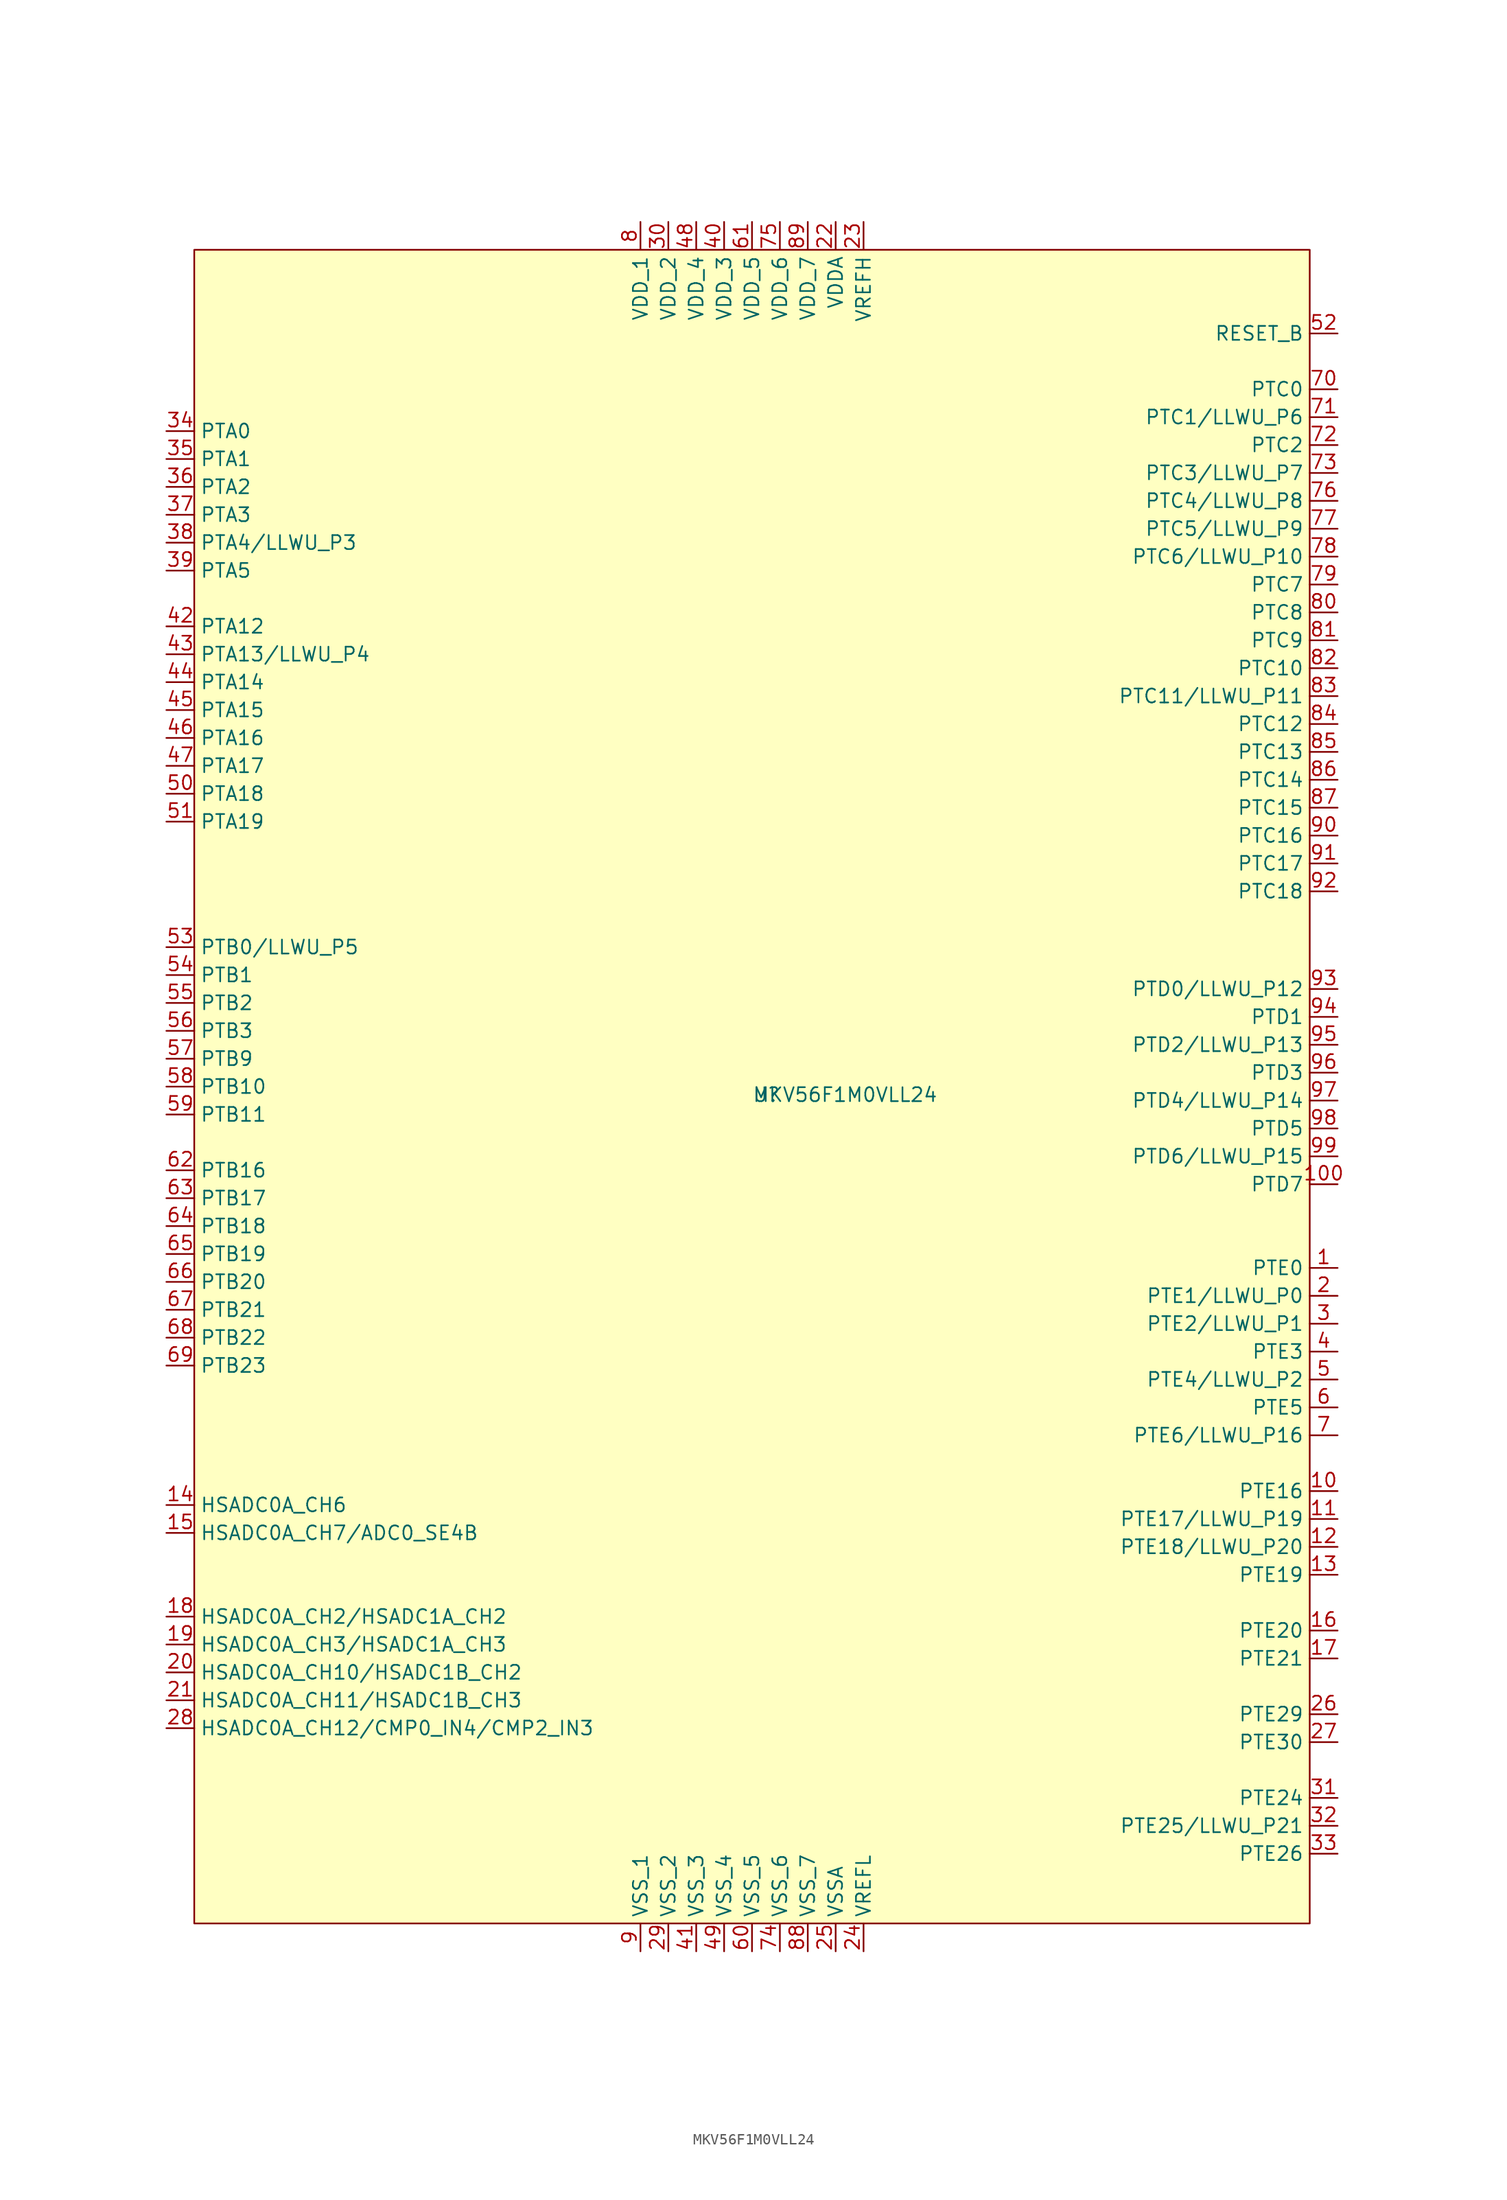
<source format=kicad_sym>
(kicad_symbol_lib
  (version 20241209)
  (generator "kicad_symbol_editor")
  (generator_version "9.0")
  (symbol "MKV56F1M0VLL24"
    (property "Reference" "U"
      (at 0 0 0)
      (effects (font (size 1.27 1.27)) (justify left top)))
    (property "Value" "MKV56F1M0VLL24"
      (at 0 0 0)
      (effects (font (size 1.27 1.27)) (justify left top)))
    (symbol "MKV56F1M0VLL24_1_1"
      (rectangle (start -50.8 76.2) (end 50.8 -76.2) (stroke (width 0) (type solid)) (fill (type background)))
      (pin passive line (at -53.34 59.69 0) (length 2.54) (name "PTA0" (effects (font (size 1.27 1.27)))) (number "34" (effects (font (size 1.27 1.27)))))
      (pin passive line (at -53.34 57.15 0) (length 2.54) (name "PTA1" (effects (font (size 1.27 1.27)))) (number "35" (effects (font (size 1.27 1.27)))))
      (pin passive line (at -53.34 54.61 0) (length 2.54) (name "PTA2" (effects (font (size 1.27 1.27)))) (number "36" (effects (font (size 1.27 1.27)))))
      (pin passive line (at -53.34 52.07 0) (length 2.54) (name "PTA3" (effects (font (size 1.27 1.27)))) (number "37" (effects (font (size 1.27 1.27)))))
      (pin passive line (at -53.34 49.53 0) (length 2.54) (name "PTA4/LLWU_P3" (effects (font (size 1.27 1.27)))) (number "38" (effects (font (size 1.27 1.27)))))
      (pin passive line (at -53.34 46.99 0) (length 2.54) (name "PTA5" (effects (font (size 1.27 1.27)))) (number "39" (effects (font (size 1.27 1.27)))))
      (pin passive line (at -53.34 41.91 0) (length 2.54) (name "PTA12" (effects (font (size 1.27 1.27)))) (number "42" (effects (font (size 1.27 1.27)))))
      (pin passive line (at -53.34 39.37 0) (length 2.54) (name "PTA13/LLWU_P4" (effects (font (size 1.27 1.27)))) (number "43" (effects (font (size 1.27 1.27)))))
      (pin passive line (at -53.34 36.83 0) (length 2.54) (name "PTA14" (effects (font (size 1.27 1.27)))) (number "44" (effects (font (size 1.27 1.27)))))
      (pin passive line (at -53.34 34.29 0) (length 2.54) (name "PTA15" (effects (font (size 1.27 1.27)))) (number "45" (effects (font (size 1.27 1.27)))))
      (pin passive line (at -53.34 31.75 0) (length 2.54) (name "PTA16" (effects (font (size 1.27 1.27)))) (number "46" (effects (font (size 1.27 1.27)))))
      (pin passive line (at -53.34 29.21 0) (length 2.54) (name "PTA17" (effects (font (size 1.27 1.27)))) (number "47" (effects (font (size 1.27 1.27)))))
      (pin passive line (at -53.34 26.67 0) (length 2.54) (name "PTA18" (effects (font (size 1.27 1.27)))) (number "50" (effects (font (size 1.27 1.27)))))
      (pin passive line (at -53.34 24.13 0) (length 2.54) (name "PTA19" (effects (font (size 1.27 1.27)))) (number "51" (effects (font (size 1.27 1.27)))))
      (pin passive line (at -53.34 12.7 0) (length 2.54) (name "PTB0/LLWU_P5" (effects (font (size 1.27 1.27)))) (number "53" (effects (font (size 1.27 1.27)))))
      (pin passive line (at -53.34 10.16 0) (length 2.54) (name "PTB1" (effects (font (size 1.27 1.27)))) (number "54" (effects (font (size 1.27 1.27)))))
      (pin passive line (at -53.34 7.62 0) (length 2.54) (name "PTB2" (effects (font (size 1.27 1.27)))) (number "55" (effects (font (size 1.27 1.27)))))
      (pin passive line (at -53.34 5.08 0) (length 2.54) (name "PTB3" (effects (font (size 1.27 1.27)))) (number "56" (effects (font (size 1.27 1.27)))))
      (pin passive line (at -53.34 2.54 0) (length 2.54) (name "PTB9" (effects (font (size 1.27 1.27)))) (number "57" (effects (font (size 1.27 1.27)))))
      (pin passive line (at -53.34 0 0) (length 2.54) (name "PTB10" (effects (font (size 1.27 1.27)))) (number "58" (effects (font (size 1.27 1.27)))))
      (pin passive line (at -53.34 -2.54 0) (length 2.54) (name "PTB11" (effects (font (size 1.27 1.27)))) (number "59" (effects (font (size 1.27 1.27)))))
      (pin passive line (at -53.34 -7.62 0) (length 2.54) (name "PTB16" (effects (font (size 1.27 1.27)))) (number "62" (effects (font (size 1.27 1.27)))))
      (pin passive line (at -53.34 -10.16 0) (length 2.54) (name "PTB17" (effects (font (size 1.27 1.27)))) (number "63" (effects (font (size 1.27 1.27)))))
      (pin passive line (at -53.34 -12.7 0) (length 2.54) (name "PTB18" (effects (font (size 1.27 1.27)))) (number "64" (effects (font (size 1.27 1.27)))))
      (pin passive line (at -53.34 -15.24 0) (length 2.54) (name "PTB19" (effects (font (size 1.27 1.27)))) (number "65" (effects (font (size 1.27 1.27)))))
      (pin passive line (at -53.34 -17.78 0) (length 2.54) (name "PTB20" (effects (font (size 1.27 1.27)))) (number "66" (effects (font (size 1.27 1.27)))))
      (pin passive line (at -53.34 -20.32 0) (length 2.54) (name "PTB21" (effects (font (size 1.27 1.27)))) (number "67" (effects (font (size 1.27 1.27)))))
      (pin passive line (at -53.34 -22.86 0) (length 2.54) (name "PTB22" (effects (font (size 1.27 1.27)))) (number "68" (effects (font (size 1.27 1.27)))))
      (pin passive line (at -53.34 -25.4 0) (length 2.54) (name "PTB23" (effects (font (size 1.27 1.27)))) (number "69" (effects (font (size 1.27 1.27)))))
      (pin passive line (at -53.34 -38.1 0) (length 2.54) (name "HSADC0A_CH6" (effects (font (size 1.27 1.27)))) (number "14" (effects (font (size 1.27 1.27)))))
      (pin passive line (at -53.34 -40.64 0) (length 2.54) (name "HSADC0A_CH7/ADC0_SE4B" (effects (font (size 1.27 1.27)))) (number "15" (effects (font (size 1.27 1.27)))))
      (pin passive line (at -53.34 -48.26 0) (length 2.54) (name "HSADC0A_CH2/HSADC1A_CH2" (effects (font (size 1.27 1.27)))) (number "18" (effects (font (size 1.27 1.27)))))
      (pin passive line (at -53.34 -50.8 0) (length 2.54) (name "HSADC0A_CH3/HSADC1A_CH3" (effects (font (size 1.27 1.27)))) (number "19" (effects (font (size 1.27 1.27)))))
      (pin passive line (at -53.34 -53.34 0) (length 2.54) (name "HSADC0A_CH10/HSADC1B_CH2" (effects (font (size 1.27 1.27)))) (number "20" (effects (font (size 1.27 1.27)))))
      (pin passive line (at -53.34 -55.88 0) (length 2.54) (name "HSADC0A_CH11/HSADC1B_CH3" (effects (font (size 1.27 1.27)))) (number "21" (effects (font (size 1.27 1.27)))))
      (pin passive line (at -53.34 -58.42 0) (length 2.54) (name "HSADC0A_CH12/CMP0_IN4/CMP2_IN3" (effects (font (size 1.27 1.27)))) (number "28" (effects (font (size 1.27 1.27)))))
      (pin passive line (at -10.16 78.74 270) (length 2.54) (name "VDD_1" (effects (font (size 1.27 1.27)))) (number "8" (effects (font (size 1.27 1.27)))))
      (pin passive line (at -10.16 -78.74 90) (length 2.54) (name "VSS_1" (effects (font (size 1.27 1.27)))) (number "9" (effects (font (size 1.27 1.27)))))
      (pin passive line (at -7.62 78.74 270) (length 2.54) (name "VDD_2" (effects (font (size 1.27 1.27)))) (number "30" (effects (font (size 1.27 1.27)))))
      (pin passive line (at -7.62 -78.74 90) (length 2.54) (name "VSS_2" (effects (font (size 1.27 1.27)))) (number "29" (effects (font (size 1.27 1.27)))))
      (pin passive line (at -5.08 78.74 270) (length 2.54) (name "VDD_4" (effects (font (size 1.27 1.27)))) (number "48" (effects (font (size 1.27 1.27)))))
      (pin passive line (at -5.08 -78.74 90) (length 2.54) (name "VSS_3" (effects (font (size 1.27 1.27)))) (number "41" (effects (font (size 1.27 1.27)))))
      (pin passive line (at -2.54 78.74 270) (length 2.54) (name "VDD_3" (effects (font (size 1.27 1.27)))) (number "40" (effects (font (size 1.27 1.27)))))
      (pin passive line (at -2.54 -78.74 90) (length 2.54) (name "VSS_4" (effects (font (size 1.27 1.27)))) (number "49" (effects (font (size 1.27 1.27)))))
      (pin passive line (at 0 78.74 270) (length 2.54) (name "VDD_5" (effects (font (size 1.27 1.27)))) (number "61" (effects (font (size 1.27 1.27)))))
      (pin passive line (at 0 -78.74 90) (length 2.54) (name "VSS_5" (effects (font (size 1.27 1.27)))) (number "60" (effects (font (size 1.27 1.27)))))
      (pin passive line (at 2.54 78.74 270) (length 2.54) (name "VDD_6" (effects (font (size 1.27 1.27)))) (number "75" (effects (font (size 1.27 1.27)))))
      (pin passive line (at 2.54 -78.74 90) (length 2.54) (name "VSS_6" (effects (font (size 1.27 1.27)))) (number "74" (effects (font (size 1.27 1.27)))))
      (pin passive line (at 5.08 78.74 270) (length 2.54) (name "VDD_7" (effects (font (size 1.27 1.27)))) (number "89" (effects (font (size 1.27 1.27)))))
      (pin passive line (at 5.08 -78.74 90) (length 2.54) (name "VSS_7" (effects (font (size 1.27 1.27)))) (number "88" (effects (font (size 1.27 1.27)))))
      (pin passive line (at 7.62 78.74 270) (length 2.54) (name "VDDA" (effects (font (size 1.27 1.27)))) (number "22" (effects (font (size 1.27 1.27)))))
      (pin passive line (at 7.62 -78.74 90) (length 2.54) (name "VSSA" (effects (font (size 1.27 1.27)))) (number "25" (effects (font (size 1.27 1.27)))))
      (pin passive line (at 10.16 78.74 270) (length 2.54) (name "VREFH" (effects (font (size 1.27 1.27)))) (number "23" (effects (font (size 1.27 1.27)))))
      (pin passive line (at 10.16 -78.74 90) (length 2.54) (name "VREFL" (effects (font (size 1.27 1.27)))) (number "24" (effects (font (size 1.27 1.27)))))
      (pin passive line (at 53.34 68.58 180) (length 2.54) (name "RESET_B" (effects (font (size 1.27 1.27)))) (number "52" (effects (font (size 1.27 1.27)))))
      (pin passive line (at 53.34 63.5 180) (length 2.54) (name "PTC0" (effects (font (size 1.27 1.27)))) (number "70" (effects (font (size 1.27 1.27)))))
      (pin passive line (at 53.34 60.96 180) (length 2.54) (name "PTC1/LLWU_P6" (effects (font (size 1.27 1.27)))) (number "71" (effects (font (size 1.27 1.27)))))
      (pin passive line (at 53.34 58.42 180) (length 2.54) (name "PTC2" (effects (font (size 1.27 1.27)))) (number "72" (effects (font (size 1.27 1.27)))))
      (pin passive line (at 53.34 55.88 180) (length 2.54) (name "PTC3/LLWU_P7" (effects (font (size 1.27 1.27)))) (number "73" (effects (font (size 1.27 1.27)))))
      (pin passive line (at 53.34 53.34 180) (length 2.54) (name "PTC4/LLWU_P8" (effects (font (size 1.27 1.27)))) (number "76" (effects (font (size 1.27 1.27)))))
      (pin passive line (at 53.34 50.8 180) (length 2.54) (name "PTC5/LLWU_P9" (effects (font (size 1.27 1.27)))) (number "77" (effects (font (size 1.27 1.27)))))
      (pin passive line (at 53.34 48.26 180) (length 2.54) (name "PTC6/LLWU_P10" (effects (font (size 1.27 1.27)))) (number "78" (effects (font (size 1.27 1.27)))))
      (pin passive line (at 53.34 45.72 180) (length 2.54) (name "PTC7" (effects (font (size 1.27 1.27)))) (number "79" (effects (font (size 1.27 1.27)))))
      (pin passive line (at 53.34 43.18 180) (length 2.54) (name "PTC8" (effects (font (size 1.27 1.27)))) (number "80" (effects (font (size 1.27 1.27)))))
      (pin passive line (at 53.34 40.64 180) (length 2.54) (name "PTC9" (effects (font (size 1.27 1.27)))) (number "81" (effects (font (size 1.27 1.27)))))
      (pin passive line (at 53.34 38.1 180) (length 2.54) (name "PTC10" (effects (font (size 1.27 1.27)))) (number "82" (effects (font (size 1.27 1.27)))))
      (pin passive line (at 53.34 35.56 180) (length 2.54) (name "PTC11/LLWU_P11" (effects (font (size 1.27 1.27)))) (number "83" (effects (font (size 1.27 1.27)))))
      (pin passive line (at 53.34 33.02 180) (length 2.54) (name "PTC12" (effects (font (size 1.27 1.27)))) (number "84" (effects (font (size 1.27 1.27)))))
      (pin passive line (at 53.34 30.48 180) (length 2.54) (name "PTC13" (effects (font (size 1.27 1.27)))) (number "85" (effects (font (size 1.27 1.27)))))
      (pin passive line (at 53.34 27.94 180) (length 2.54) (name "PTC14" (effects (font (size 1.27 1.27)))) (number "86" (effects (font (size 1.27 1.27)))))
      (pin passive line (at 53.34 25.4 180) (length 2.54) (name "PTC15" (effects (font (size 1.27 1.27)))) (number "87" (effects (font (size 1.27 1.27)))))
      (pin passive line (at 53.34 22.86 180) (length 2.54) (name "PTC16" (effects (font (size 1.27 1.27)))) (number "90" (effects (font (size 1.27 1.27)))))
      (pin passive line (at 53.34 20.32 180) (length 2.54) (name "PTC17" (effects (font (size 1.27 1.27)))) (number "91" (effects (font (size 1.27 1.27)))))
      (pin passive line (at 53.34 17.78 180) (length 2.54) (name "PTC18" (effects (font (size 1.27 1.27)))) (number "92" (effects (font (size 1.27 1.27)))))
      (pin passive line (at 53.34 8.89 180) (length 2.54) (name "PTD0/LLWU_P12" (effects (font (size 1.27 1.27)))) (number "93" (effects (font (size 1.27 1.27)))))
      (pin passive line (at 53.34 6.35 180) (length 2.54) (name "PTD1" (effects (font (size 1.27 1.27)))) (number "94" (effects (font (size 1.27 1.27)))))
      (pin passive line (at 53.34 3.81 180) (length 2.54) (name "PTD2/LLWU_P13" (effects (font (size 1.27 1.27)))) (number "95" (effects (font (size 1.27 1.27)))))
      (pin passive line (at 53.34 1.27 180) (length 2.54) (name "PTD3" (effects (font (size 1.27 1.27)))) (number "96" (effects (font (size 1.27 1.27)))))
      (pin passive line (at 53.34 -1.27 180) (length 2.54) (name "PTD4/LLWU_P14" (effects (font (size 1.27 1.27)))) (number "97" (effects (font (size 1.27 1.27)))))
      (pin passive line (at 53.34 -3.81 180) (length 2.54) (name "PTD5" (effects (font (size 1.27 1.27)))) (number "98" (effects (font (size 1.27 1.27)))))
      (pin passive line (at 53.34 -6.35 180) (length 2.54) (name "PTD6/LLWU_P15" (effects (font (size 1.27 1.27)))) (number "99" (effects (font (size 1.27 1.27)))))
      (pin passive line (at 53.34 -8.89 180) (length 2.54) (name "PTD7" (effects (font (size 1.27 1.27)))) (number "100" (effects (font (size 1.27 1.27)))))
      (pin passive line (at 53.34 -16.51 180) (length 2.54) (name "PTE0" (effects (font (size 1.27 1.27)))) (number "1" (effects (font (size 1.27 1.27)))))
      (pin passive line (at 53.34 -19.05 180) (length 2.54) (name "PTE1/LLWU_P0" (effects (font (size 1.27 1.27)))) (number "2" (effects (font (size 1.27 1.27)))))
      (pin passive line (at 53.34 -21.59 180) (length 2.54) (name "PTE2/LLWU_P1" (effects (font (size 1.27 1.27)))) (number "3" (effects (font (size 1.27 1.27)))))
      (pin passive line (at 53.34 -24.13 180) (length 2.54) (name "PTE3" (effects (font (size 1.27 1.27)))) (number "4" (effects (font (size 1.27 1.27)))))
      (pin passive line (at 53.34 -26.67 180) (length 2.54) (name "PTE4/LLWU_P2" (effects (font (size 1.27 1.27)))) (number "5" (effects (font (size 1.27 1.27)))))
      (pin passive line (at 53.34 -29.21 180) (length 2.54) (name "PTE5" (effects (font (size 1.27 1.27)))) (number "6" (effects (font (size 1.27 1.27)))))
      (pin passive line (at 53.34 -31.75 180) (length 2.54) (name "PTE6/LLWU_P16" (effects (font (size 1.27 1.27)))) (number "7" (effects (font (size 1.27 1.27)))))
      (pin passive line (at 53.34 -36.83 180) (length 2.54) (name "PTE16" (effects (font (size 1.27 1.27)))) (number "10" (effects (font (size 1.27 1.27)))))
      (pin passive line (at 53.34 -39.37 180) (length 2.54) (name "PTE17/LLWU_P19" (effects (font (size 1.27 1.27)))) (number "11" (effects (font (size 1.27 1.27)))))
      (pin passive line (at 53.34 -41.91 180) (length 2.54) (name "PTE18/LLWU_P20" (effects (font (size 1.27 1.27)))) (number "12" (effects (font (size 1.27 1.27)))))
      (pin passive line (at 53.34 -44.45 180) (length 2.54) (name "PTE19" (effects (font (size 1.27 1.27)))) (number "13" (effects (font (size 1.27 1.27)))))
      (pin passive line (at 53.34 -49.53 180) (length 2.54) (name "PTE20" (effects (font (size 1.27 1.27)))) (number "16" (effects (font (size 1.27 1.27)))))
      (pin passive line (at 53.34 -52.07 180) (length 2.54) (name "PTE21" (effects (font (size 1.27 1.27)))) (number "17" (effects (font (size 1.27 1.27)))))
      (pin passive line (at 53.34 -57.15 180) (length 2.54) (name "PTE29" (effects (font (size 1.27 1.27)))) (number "26" (effects (font (size 1.27 1.27)))))
      (pin passive line (at 53.34 -59.69 180) (length 2.54) (name "PTE30" (effects (font (size 1.27 1.27)))) (number "27" (effects (font (size 1.27 1.27)))))
      (pin passive line (at 53.34 -64.77 180) (length 2.54) (name "PTE24" (effects (font (size 1.27 1.27)))) (number "31" (effects (font (size 1.27 1.27)))))
      (pin passive line (at 53.34 -67.31 180) (length 2.54) (name "PTE25/LLWU_P21" (effects (font (size 1.27 1.27)))) (number "32" (effects (font (size 1.27 1.27)))))
      (pin passive line (at 53.34 -69.85 180) (length 2.54) (name "PTE26" (effects (font (size 1.27 1.27)))) (number "33" (effects (font (size 1.27 1.27))))))))
</source>
